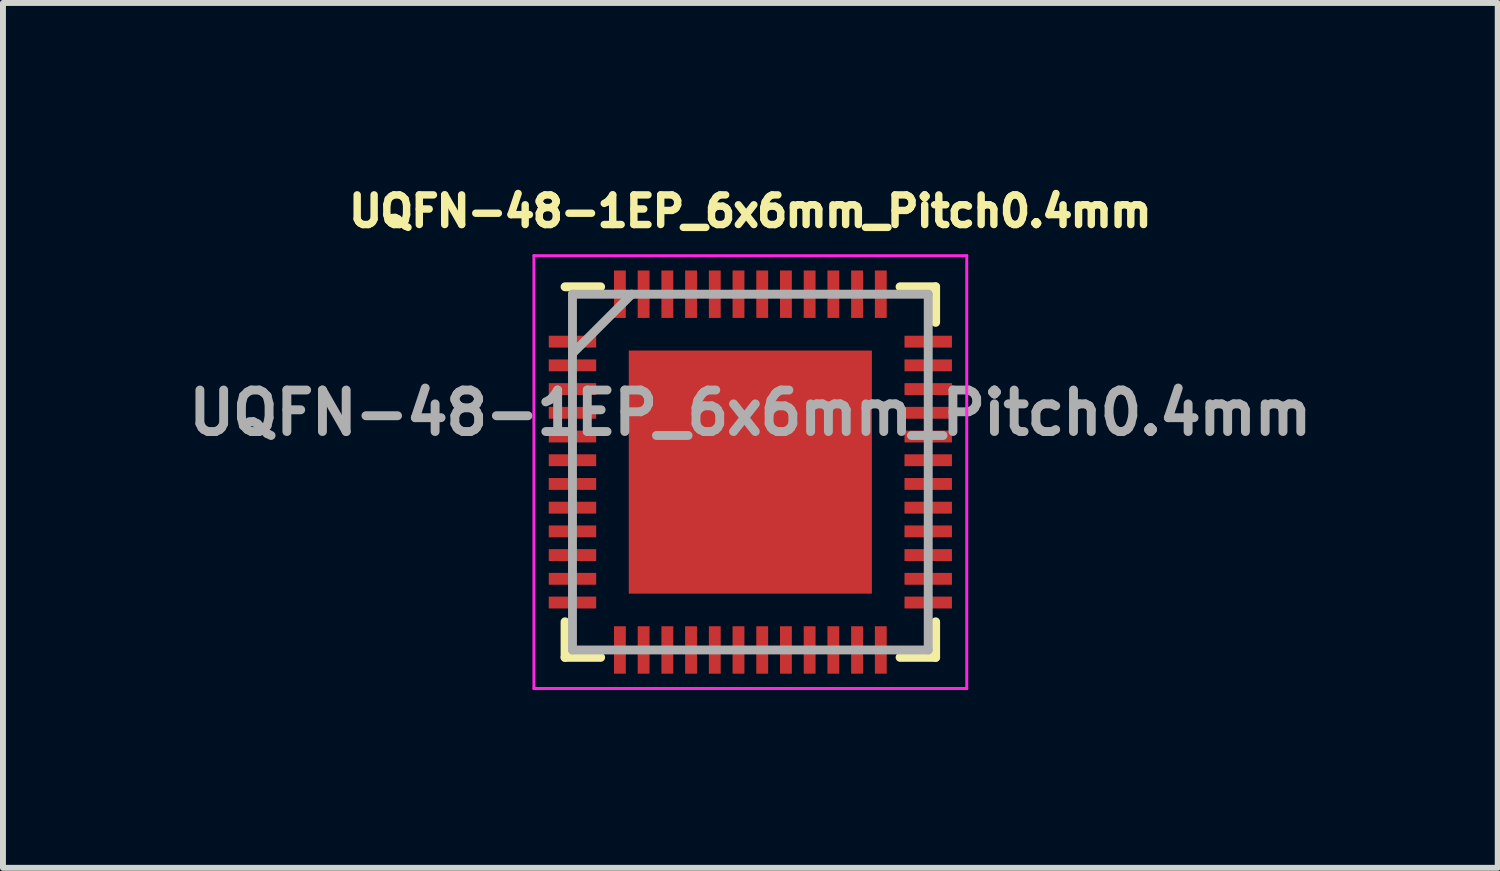
<source format=kicad_pcb>
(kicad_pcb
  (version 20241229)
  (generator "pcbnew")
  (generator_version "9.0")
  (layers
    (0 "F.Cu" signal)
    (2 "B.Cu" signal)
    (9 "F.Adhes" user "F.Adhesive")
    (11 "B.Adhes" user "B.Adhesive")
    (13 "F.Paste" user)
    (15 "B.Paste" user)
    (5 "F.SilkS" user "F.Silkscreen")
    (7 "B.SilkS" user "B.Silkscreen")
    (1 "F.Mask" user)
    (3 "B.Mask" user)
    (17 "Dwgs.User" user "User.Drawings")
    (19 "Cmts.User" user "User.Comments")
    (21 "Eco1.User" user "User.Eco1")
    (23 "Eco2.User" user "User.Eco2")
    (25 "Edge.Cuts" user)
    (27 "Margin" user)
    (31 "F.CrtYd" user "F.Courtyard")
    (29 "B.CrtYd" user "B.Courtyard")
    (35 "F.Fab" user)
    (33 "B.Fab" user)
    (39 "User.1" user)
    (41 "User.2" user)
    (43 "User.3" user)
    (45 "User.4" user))
  (footprint "UQFN-48-1EP_6x6mm_Pitch0.4mm"
    (layer "F.Cu")
    (at 9.605 4.912)
    (property "Reference" "UQFN-48-1EP_6x6mm_Pitch0.4mm" (at 0 -4.4 0) (layer "F.SilkS") (effects (font (size 0.5 0.5) (thickness 0.125))))
    (attr smd)
    (fp_line (start -3.125 -3.125) (end -2.525 -3.125) (stroke (width 0.15) (type solid)) (layer "F.SilkS"))
    (fp_line (start -3.125 3.125) (end -3.125 2.525) (stroke (width 0.15) (type solid)) (layer "F.SilkS"))
    (fp_line (start -3.125 3.125) (end -2.525 3.125) (stroke (width 0.15) (type solid)) (layer "F.SilkS"))
    (fp_line (start 3.125 -3.125) (end 2.525 -3.125) (stroke (width 0.15) (type solid)) (layer "F.SilkS"))
    (fp_line (start 3.125 -3.125) (end 3.125 -2.525) (stroke (width 0.15) (type solid)) (layer "F.SilkS"))
    (fp_line (start 3.125 3.125) (end 2.525 3.125) (stroke (width 0.15) (type solid)) (layer "F.SilkS"))
    (fp_line (start 3.125 3.125) (end 3.125 2.525) (stroke (width 0.15) (type solid)) (layer "F.SilkS"))
    (fp_line (start -3.65 -3.65) (end -3.65 3.65) (stroke (width 0.05) (type solid)) (layer "F.CrtYd"))
    (fp_line (start -3.65 -3.65) (end 3.65 -3.65) (stroke (width 0.05) (type solid)) (layer "F.CrtYd"))
    (fp_line (start -3.65 3.65) (end 3.65 3.65) (stroke (width 0.05) (type solid)) (layer "F.CrtYd"))
    (fp_line (start 3.65 -3.65) (end 3.65 3.65) (stroke (width 0.05) (type solid)) (layer "F.CrtYd"))
    (fp_line (start -3 -3) (end -3 -2) (stroke (width 0.15) (type solid)) (layer "F.Fab"))
    (fp_line (start -3 -2) (end -2 -3) (stroke (width 0.15) (type solid)) (layer "F.Fab"))
    (fp_line (start -3 3) (end -3 -2) (stroke (width 0.15) (type solid)) (layer "F.Fab"))
    (fp_line (start -2 -3) (end -3 -3) (stroke (width 0.15) (type solid)) (layer "F.Fab"))
    (fp_line (start -2 -3) (end 3 -3) (stroke (width 0.15) (type solid)) (layer "F.Fab"))
    (fp_line (start 3 -3) (end 3 3) (stroke (width 0.15) (type solid)) (layer "F.Fab"))
    (fp_line (start 3 3) (end -3 3) (stroke (width 0.15) (type solid)) (layer "F.Fab"))
    (fp_text user "${REFERENCE}" (at 0 -1 0) (layer "F.Fab") (effects (font (size 0.7 0.7) (thickness 0.15))))
    (pad "" smd rect (at -1.669 -1.669) (size 1.113 1.113) (layers "F.Paste"))
    (pad "" smd rect (at -1.669 -0.556) (size 1.113 1.113) (layers "F.Paste"))
    (pad "" smd rect (at -1.669 0.556) (size 1.113 1.113) (layers "F.Paste"))
    (pad "" smd rect (at -1.669 1.669) (size 1.113 1.113) (layers "F.Paste"))
    (pad "" smd rect (at -0.556 -1.669) (size 1.113 1.113) (layers "F.Paste"))
    (pad "" smd rect (at -0.556 1.669) (size 1.113 1.113) (layers "F.Paste"))
    (pad "" smd rect (at 0.556 -1.669) (size 1.113 1.113) (layers "F.Paste"))
    (pad "" smd rect (at 0.556 1.669) (size 1.113 1.113) (layers "F.Paste"))
    (pad "" smd rect (at 1.669 -1.669) (size 1.113 1.113) (layers "F.Paste"))
    (pad "" smd rect (at 1.669 -0.556) (size 1.113 1.113) (layers "F.Paste"))
    (pad "" smd rect (at 1.669 0.556) (size 1.113 1.113) (layers "F.Paste"))
    (pad "" smd rect (at 1.669 1.669) (size 1.113 1.113) (layers "F.Paste"))
    (pad "1" smd rect (at -3 -2.2) (size 0.8 0.2) (layers "F.Cu" "F.Mask" "F.Paste"))
    (pad "2" smd rect (at -3 -1.8) (size 0.8 0.2) (layers "F.Cu" "F.Mask" "F.Paste"))
    (pad "3" smd rect (at -3 -1.4) (size 0.8 0.2) (layers "F.Cu" "F.Mask" "F.Paste"))
    (pad "4" smd rect (at -3 -1) (size 0.8 0.2) (layers "F.Cu" "F.Mask" "F.Paste"))
    (pad "5" smd rect (at -3 -0.6) (size 0.8 0.2) (layers "F.Cu" "F.Mask" "F.Paste"))
    (pad "6" smd rect (at -3 -0.2) (size 0.8 0.2) (layers "F.Cu" "F.Mask" "F.Paste"))
    (pad "7" smd rect (at -3 0.2) (size 0.8 0.2) (layers "F.Cu" "F.Mask" "F.Paste"))
    (pad "8" smd rect (at -3 0.6) (size 0.8 0.2) (layers "F.Cu" "F.Mask" "F.Paste"))
    (pad "9" smd rect (at -3 1) (size 0.8 0.2) (layers "F.Cu" "F.Mask" "F.Paste"))
    (pad "10" smd rect (at -3 1.4) (size 0.8 0.2) (layers "F.Cu" "F.Mask" "F.Paste"))
    (pad "11" smd rect (at -3 1.8) (size 0.8 0.2) (layers "F.Cu" "F.Mask" "F.Paste"))
    (pad "12" smd rect (at -3 2.2) (size 0.8 0.2) (layers "F.Cu" "F.Mask" "F.Paste"))
    (pad "13" smd rect (at -2.2 3 90) (size 0.8 0.2) (layers "F.Cu" "F.Mask" "F.Paste"))
    (pad "14" smd rect (at -1.8 3 90) (size 0.8 0.2) (layers "F.Cu" "F.Mask" "F.Paste"))
    (pad "15" smd rect (at -1.4 3 90) (size 0.8 0.2) (layers "F.Cu" "F.Mask" "F.Paste"))
    (pad "16" smd rect (at -1 3 90) (size 0.8 0.2) (layers "F.Cu" "F.Mask" "F.Paste"))
    (pad "17" smd rect (at -0.6 3 90) (size 0.8 0.2) (layers "F.Cu" "F.Mask" "F.Paste"))
    (pad "18" smd rect (at -0.2 3 90) (size 0.8 0.2) (layers "F.Cu" "F.Mask" "F.Paste"))
    (pad "19" smd rect (at 0.2 3 90) (size 0.8 0.2) (layers "F.Cu" "F.Mask" "F.Paste"))
    (pad "20" smd rect (at 0.6 3 90) (size 0.8 0.2) (layers "F.Cu" "F.Mask" "F.Paste"))
    (pad "21" smd rect (at 1 3 90) (size 0.8 0.2) (layers "F.Cu" "F.Mask" "F.Paste"))
    (pad "22" smd rect (at 1.4 3 90) (size 0.8 0.2) (layers "F.Cu" "F.Mask" "F.Paste"))
    (pad "23" smd rect (at 1.8 3 90) (size 0.8 0.2) (layers "F.Cu" "F.Mask" "F.Paste"))
    (pad "24" smd rect (at 2.2 3 90) (size 0.8 0.2) (layers "F.Cu" "F.Mask" "F.Paste"))
    (pad "25" smd rect (at 3 2.2) (size 0.8 0.2) (layers "F.Cu" "F.Mask" "F.Paste"))
    (pad "26" smd rect (at 3 1.8) (size 0.8 0.2) (layers "F.Cu" "F.Mask" "F.Paste"))
    (pad "27" smd rect (at 3 1.4) (size 0.8 0.2) (layers "F.Cu" "F.Mask" "F.Paste"))
    (pad "28" smd rect (at 3 1) (size 0.8 0.2) (layers "F.Cu" "F.Mask" "F.Paste"))
    (pad "29" smd rect (at 3 0.6) (size 0.8 0.2) (layers "F.Cu" "F.Mask" "F.Paste"))
    (pad "30" smd rect (at 3 0.2) (size 0.8 0.2) (layers "F.Cu" "F.Mask" "F.Paste"))
    (pad "31" smd rect (at 3 -0.2) (size 0.8 0.2) (layers "F.Cu" "F.Mask" "F.Paste"))
    (pad "32" smd rect (at 3 -0.6) (size 0.8 0.2) (layers "F.Cu" "F.Mask" "F.Paste"))
    (pad "33" smd rect (at 3 -1) (size 0.8 0.2) (layers "F.Cu" "F.Mask" "F.Paste"))
    (pad "34" smd rect (at 3 -1.4) (size 0.8 0.2) (layers "F.Cu" "F.Mask" "F.Paste"))
    (pad "35" smd rect (at 3 -1.8) (size 0.8 0.2) (layers "F.Cu" "F.Mask" "F.Paste"))
    (pad "36" smd rect (at 3 -2.2) (size 0.8 0.2) (layers "F.Cu" "F.Mask" "F.Paste"))
    (pad "37" smd rect (at 2.2 -3 90) (size 0.8 0.2) (layers "F.Cu" "F.Mask" "F.Paste"))
    (pad "38" smd rect (at 1.8 -3 90) (size 0.8 0.2) (layers "F.Cu" "F.Mask" "F.Paste"))
    (pad "39" smd rect (at 1.4 -3 90) (size 0.8 0.2) (layers "F.Cu" "F.Mask" "F.Paste"))
    (pad "40" smd rect (at 1 -3 90) (size 0.8 0.2) (layers "F.Cu" "F.Mask" "F.Paste"))
    (pad "41" smd rect (at 0.6 -3 90) (size 0.8 0.2) (layers "F.Cu" "F.Mask" "F.Paste"))
    (pad "42" smd rect (at 0.2 -3 90) (size 0.8 0.2) (layers "F.Cu" "F.Mask" "F.Paste"))
    (pad "43" smd rect (at -0.2 -3 90) (size 0.8 0.2) (layers "F.Cu" "F.Mask" "F.Paste"))
    (pad "44" smd rect (at -0.6 -3 90) (size 0.8 0.2) (layers "F.Cu" "F.Mask" "F.Paste"))
    (pad "45" smd rect (at -1 -3 90) (size 0.8 0.2) (layers "F.Cu" "F.Mask" "F.Paste"))
    (pad "46" smd rect (at -1.4 -3 90) (size 0.8 0.2) (layers "F.Cu" "F.Mask" "F.Paste"))
    (pad "47" smd rect (at -1.8 -3 90) (size 0.8 0.2) (layers "F.Cu" "F.Mask" "F.Paste"))
    (pad "48" smd rect (at -2.2 -3 90) (size 0.8 0.2) (layers "F.Cu" "F.Mask" "F.Paste"))
    (pad "49" smd rect (at -0.556 -0.556) (size 1.113 1.113) (layers "F.Cu" "F.Mask" "F.Paste"))
    (pad "49" smd rect (at -0.556 0.556) (size 1.113 1.113) (layers "F.Cu" "F.Mask" "F.Paste"))
    (pad "49" smd rect (at 0 0) (size 4.1 4.1) (layers "F.Cu" "F.Mask"))
    (pad "49" smd rect (at 0.556 -0.556) (size 1.113 1.113) (layers "F.Cu" "F.Mask" "F.Paste"))
    (pad "49" smd rect (at 0.556 0.556) (size 1.113 1.113) (layers "F.Cu" "F.Mask" "F.Paste")))
  (gr_rect
    (start -3 -3)
    (end 22.21 11.587)
    (stroke (width 0.1) (type default))
    (fill no)
    (layer "Edge.Cuts")))
</source>
